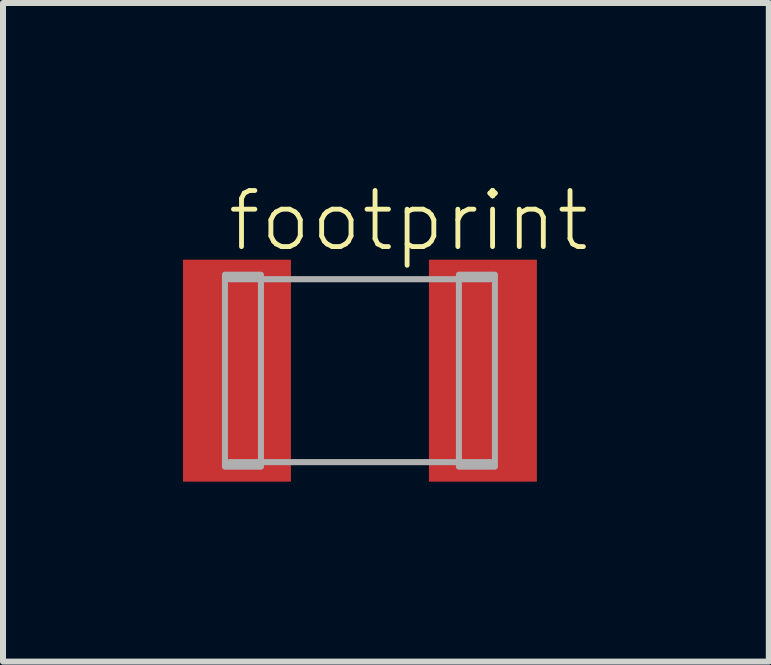
<source format=kicad_pcb>
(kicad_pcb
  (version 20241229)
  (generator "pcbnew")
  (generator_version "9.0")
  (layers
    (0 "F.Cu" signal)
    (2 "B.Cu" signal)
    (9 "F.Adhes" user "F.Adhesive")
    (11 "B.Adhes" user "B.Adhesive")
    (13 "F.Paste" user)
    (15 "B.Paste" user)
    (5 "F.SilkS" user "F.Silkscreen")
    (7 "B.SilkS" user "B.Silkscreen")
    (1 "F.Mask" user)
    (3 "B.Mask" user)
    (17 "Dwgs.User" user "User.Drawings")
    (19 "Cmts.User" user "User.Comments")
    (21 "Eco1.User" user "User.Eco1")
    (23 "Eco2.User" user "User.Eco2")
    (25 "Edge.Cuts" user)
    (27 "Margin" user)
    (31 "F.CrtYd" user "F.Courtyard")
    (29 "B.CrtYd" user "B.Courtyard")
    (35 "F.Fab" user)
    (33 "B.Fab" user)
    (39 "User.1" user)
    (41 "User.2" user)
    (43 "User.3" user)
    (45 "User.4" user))
  (footprint "footprint"
    (layer "F.Cu")
    (at 2.95 3.129)
    (property "Reference" "footprint" (at -2.25 -1.95 0) (layer "F.SilkS") (effects (font (size 0.935 0.935) (thickness 0.081)) (justify left bottom)))
    (fp_line (start -2.175 -1.525) (end 2.175 -1.525) (stroke (width 0.102) (type solid)) (layer "F.Fab"))
    (fp_line (start 2.175 1.525) (end -2.175 1.525) (stroke (width 0.102) (type solid)) (layer "F.Fab"))
    (fp_poly (pts (xy -2.25 1.6) (xy -1.65 1.6) (xy -1.65 -1.6) (xy -2.25 -1.6)) (stroke (width 0.1) (type solid)) (fill no) (layer "F.Fab"))
    (fp_poly (pts (xy 1.65 1.6) (xy 2.25 1.6) (xy 2.25 -1.6) (xy 1.65 -1.6)) (stroke (width 0.1) (type solid)) (fill no) (layer "F.Fab"))
    (pad "1" smd rect (at -2.05 0) (size 1.8 3.7) (layers "F.Cu" "F.Mask" "F.Paste"))
    (pad "2" smd rect (at 2.05 0) (size 1.8 3.7) (layers "F.Cu" "F.Mask" "F.Paste")))
  (gr_rect
    (start -3 -3)
    (end 9.766 7.979)
    (stroke (width 0.1) (type default))
    (fill no)
    (layer "Edge.Cuts")))
</source>
